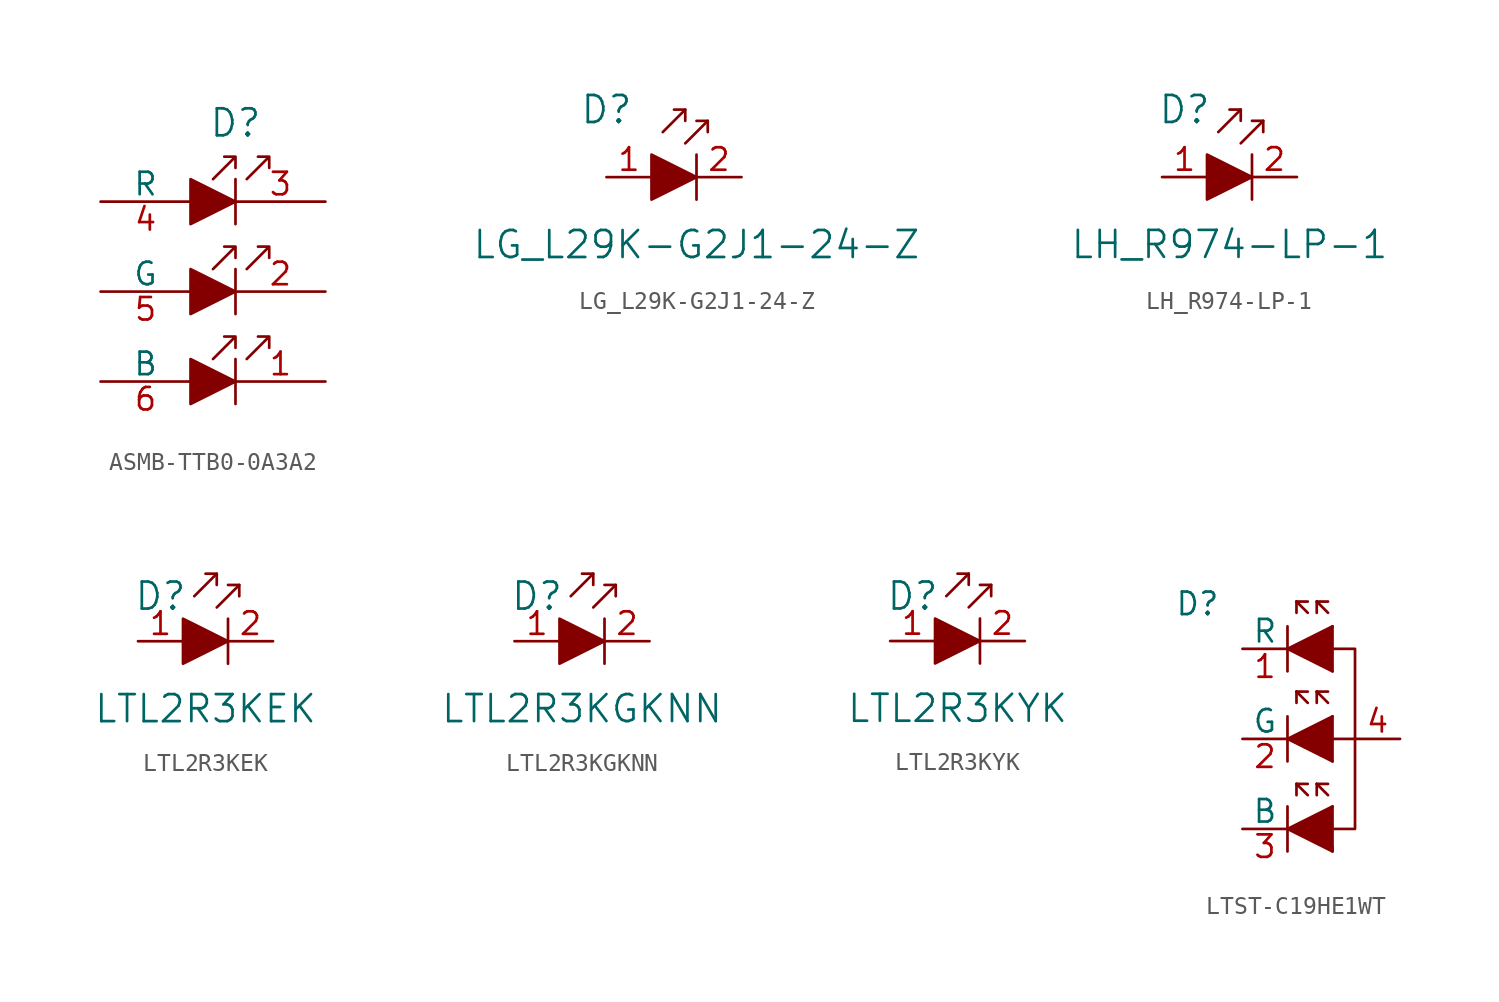
<source format=kicad_sym>
(kicad_symbol_lib
  (version 20231120)
  (generator "kicad_symbol_editor")
  (generator_version "8.0")
  (symbol "ASMB-TTB0-0A3A2"
    (pin_names
      (offset 0))
    (property "Reference" "D"
      (at 0 4.445 0)
      (effects (font (size 1.524 1.524))))
    (symbol "ASMB-TTB0-0A3A2_0_1"
      (polyline (pts (xy 0 -8.89) (xy 0 -11.43)) (stroke (width 0) (type default)) (fill (type none)))
      (polyline (pts (xy 0 -3.81) (xy 0 -6.35)) (stroke (width 0) (type default)) (fill (type none)))
      (polyline (pts (xy 0 1.27) (xy 0 -1.27)) (stroke (width 0) (type default)) (fill (type none)))
      (polyline (pts (xy -2.54 -8.89) (xy -2.54 -11.43) (xy 0 -10.16) (xy -2.54 -8.89)) (stroke (width 0) (type default)) (fill (type outline)))
      (polyline (pts (xy -2.54 -3.81) (xy -2.54 -6.35) (xy 0 -5.08) (xy -2.54 -3.81)) (stroke (width 0) (type default)) (fill (type outline)))
      (polyline (pts (xy -2.54 1.27) (xy -2.54 -1.27) (xy 0 0) (xy -2.54 1.27)) (stroke (width 0) (type default)) (fill (type outline))))
    (symbol "ASMB-TTB0-0A3A2_1_1"
      (polyline (pts (xy 0.635 -8.89) (xy 1.905 -7.62) (xy 1.27 -7.62) (xy 1.905 -7.62) (xy 1.905 -8.255)) (stroke (width 0) (type default)) (fill (type none)))
      (polyline (pts (xy 0.635 -3.81) (xy 1.905 -2.54) (xy 1.27 -2.54) (xy 1.905 -2.54) (xy 1.905 -3.175)) (stroke (width 0) (type default)) (fill (type none)))
      (polyline (pts (xy 0.635 1.27) (xy 1.905 2.54) (xy 1.27 2.54) (xy 1.905 2.54) (xy 1.905 1.905)) (stroke (width 0) (type default)) (fill (type none)))
      (polyline (pts (xy 0 -7.62) (xy 0 -8.255) (xy 0 -7.62) (xy -0.635 -7.62) (xy 0 -7.62) (xy -1.27 -8.89)) (stroke (width 0) (type default)) (fill (type none)))
      (polyline (pts (xy 0 -2.54) (xy 0 -3.175) (xy 0 -2.54) (xy -0.635 -2.54) (xy 0 -2.54) (xy -1.27 -3.81)) (stroke (width 0) (type default)) (fill (type none)))
      (polyline (pts (xy 0 2.54) (xy 0 1.905) (xy 0 2.54) (xy -0.635 2.54) (xy 0 2.54) (xy -1.27 1.27)) (stroke (width 0) (type default)) (fill (type none)))
      (pin output line (at 5.08 -10.16 180) (length 5.08) (name "~" (effects (font (size 1.27 1.27)))) (number "1" (effects (font (size 1.27 1.27)))))
      (pin output line (at 5.08 -5.08 180) (length 5.08) (name "~" (effects (font (size 1.27 1.27)))) (number "2" (effects (font (size 1.27 1.27)))))
      (pin output line (at 5.08 0 180) (length 5.08) (name "~" (effects (font (size 1.27 1.27)))) (number "3" (effects (font (size 1.27 1.27)))))
      (pin input line (at -7.62 0 0) (length 5.08) (name "R" (effects (font (size 1.27 1.27)))) (number "4" (effects (font (size 1.27 1.27)))))
      (pin input line (at -7.62 -5.08 0) (length 5.08) (name "G" (effects (font (size 1.27 1.27)))) (number "5" (effects (font (size 1.27 1.27)))))
      (pin input line (at -7.62 -10.16 0) (length 5.08) (name "B" (effects (font (size 1.27 1.27)))) (number "6" (effects (font (size 1.27 1.27)))))))
  (symbol "LG_L29K-G2J1-24-Z"
    (pin_names
      (offset 0))
    (property "Reference" "D"
      (at -5.08 3.81 0)
      (effects (font (size 1.524 1.524))))
    (property "Value" "LG_L29K-G2J1-24-Z"
      (at 0 -3.81 0)
      (effects (font (size 1.524 1.524))))
    (symbol "LG_L29K-G2J1-24-Z_0_1"
      (polyline (pts (xy -0.635 3.81) (xy -1.905 2.54)) (stroke (width 0) (type default)) (fill (type none)))
      (polyline (pts (xy 0 1.27) (xy 0 -1.27)) (stroke (width 0) (type default)) (fill (type none)))
      (polyline (pts (xy 0.635 3.175) (xy -0.635 1.905)) (stroke (width 0) (type default)) (fill (type none)))
      (polyline (pts (xy -1.27 3.81) (xy -0.635 3.81) (xy -0.635 3.175)) (stroke (width 0) (type default)) (fill (type none)))
      (polyline (pts (xy 0 3.175) (xy 0.635 3.175) (xy 0.635 2.54)) (stroke (width 0) (type default)) (fill (type none)))
      (polyline (pts (xy -2.54 1.27) (xy -2.54 -1.27) (xy 0 0) (xy -2.54 1.27)) (stroke (width 0) (type default)) (fill (type outline))))
    (symbol "LG_L29K-G2J1-24-Z_1_1"
      (pin passive line (at -5.08 0 0) (length 2.54) (name "~" (effects (font (size 1.27 1.27)))) (number "1" (effects (font (size 1.27 1.27)))))
      (pin passive line (at 2.54 0 180) (length 2.54) (name "~" (effects (font (size 1.27 1.27)))) (number "2" (effects (font (size 1.27 1.27)))))))
  (symbol "LH_R974-LP-1"
    (pin_names
      (offset 0))
    (property "Reference" "D"
      (at -3.81 3.81 0)
      (effects (font (size 1.524 1.524))))
    (property "Value" "LH_R974-LP-1"
      (at -1.27 -3.81 0)
      (effects (font (size 1.524 1.524))))
    (symbol "LH_R974-LP-1_0_1"
      (polyline (pts (xy -0.635 3.81) (xy -1.905 2.54)) (stroke (width 0) (type default)) (fill (type none)))
      (polyline (pts (xy 0 1.27) (xy 0 -1.27)) (stroke (width 0) (type default)) (fill (type none)))
      (polyline (pts (xy 0.635 3.175) (xy -0.635 1.905)) (stroke (width 0) (type default)) (fill (type none)))
      (polyline (pts (xy -1.27 3.81) (xy -0.635 3.81) (xy -0.635 3.175)) (stroke (width 0) (type default)) (fill (type none)))
      (polyline (pts (xy 0 3.175) (xy 0.635 3.175) (xy 0.635 2.54)) (stroke (width 0) (type default)) (fill (type none)))
      (polyline (pts (xy -2.54 1.27) (xy -2.54 -1.27) (xy 0 0) (xy -2.54 1.27)) (stroke (width 0) (type default)) (fill (type outline))))
    (symbol "LH_R974-LP-1_1_1"
      (pin passive line (at -5.08 0 0) (length 2.54) (name "~" (effects (font (size 1.27 1.27)))) (number "1" (effects (font (size 1.27 1.27)))))
      (pin passive line (at 2.54 0 180) (length 2.54) (name "~" (effects (font (size 1.27 1.27)))) (number "2" (effects (font (size 1.27 1.27)))))))
  (symbol "LTL2R3KEK"
    (pin_names
      (offset 0))
    (property "Reference" "D"
      (at -3.81 2.54 0)
      (effects (font (size 1.524 1.524))))
    (property "Value" "LTL2R3KEK"
      (at -1.27 -3.81 0)
      (effects (font (size 1.524 1.524))))
    (symbol "LTL2R3KEK_0_1"
      (polyline (pts (xy -0.635 3.81) (xy -1.905 2.54)) (stroke (width 0) (type default)) (fill (type none)))
      (polyline (pts (xy 0 1.27) (xy 0 -1.27)) (stroke (width 0) (type default)) (fill (type none)))
      (polyline (pts (xy 0.635 3.175) (xy -0.635 1.905)) (stroke (width 0) (type default)) (fill (type none)))
      (polyline (pts (xy -1.27 3.81) (xy -0.635 3.81) (xy -0.635 3.175)) (stroke (width 0) (type default)) (fill (type none)))
      (polyline (pts (xy 0 3.175) (xy 0.635 3.175) (xy 0.635 2.54)) (stroke (width 0) (type default)) (fill (type none)))
      (polyline (pts (xy -2.54 1.27) (xy -2.54 -1.27) (xy 0 0) (xy -2.54 1.27)) (stroke (width 0) (type default)) (fill (type outline))))
    (symbol "LTL2R3KEK_1_1"
      (pin passive line (at -5.08 0 0) (length 2.54) (name "~" (effects (font (size 1.27 1.27)))) (number "1" (effects (font (size 1.27 1.27)))))
      (pin passive line (at 2.54 0 180) (length 2.54) (name "~" (effects (font (size 1.27 1.27)))) (number "2" (effects (font (size 1.27 1.27)))))))
  (symbol "LTL2R3KGKNN"
    (pin_names
      (offset 0))
    (property "Reference" "D"
      (at -3.81 2.54 0)
      (effects (font (size 1.524 1.524))))
    (property "Value" "LTL2R3KGKNN"
      (at -1.27 -3.81 0)
      (effects (font (size 1.524 1.524))))
    (symbol "LTL2R3KGKNN_0_1"
      (polyline (pts (xy -0.635 3.81) (xy -1.905 2.54)) (stroke (width 0) (type default)) (fill (type none)))
      (polyline (pts (xy 0 1.27) (xy 0 -1.27)) (stroke (width 0) (type default)) (fill (type none)))
      (polyline (pts (xy 0.635 3.175) (xy -0.635 1.905)) (stroke (width 0) (type default)) (fill (type none)))
      (polyline (pts (xy -1.27 3.81) (xy -0.635 3.81) (xy -0.635 3.175)) (stroke (width 0) (type default)) (fill (type none)))
      (polyline (pts (xy 0 3.175) (xy 0.635 3.175) (xy 0.635 2.54)) (stroke (width 0) (type default)) (fill (type none)))
      (polyline (pts (xy -2.54 1.27) (xy -2.54 -1.27) (xy 0 0) (xy -2.54 1.27)) (stroke (width 0) (type default)) (fill (type outline))))
    (symbol "LTL2R3KGKNN_1_1"
      (pin passive line (at -5.08 0 0) (length 2.54) (name "~" (effects (font (size 1.27 1.27)))) (number "1" (effects (font (size 1.27 1.27)))))
      (pin passive line (at 2.54 0 180) (length 2.54) (name "~" (effects (font (size 1.27 1.27)))) (number "2" (effects (font (size 1.27 1.27)))))))
  (symbol "LTL2R3KYK"
    (pin_names
      (offset 0))
    (property "Reference" "D"
      (at -3.81 2.54 0)
      (effects (font (size 1.524 1.524))))
    (property "Value" "LTL2R3KYK"
      (at -1.27 -3.81 0)
      (effects (font (size 1.524 1.524))))
    (symbol "LTL2R3KYK_0_1"
      (polyline (pts (xy -0.635 3.81) (xy -1.905 2.54)) (stroke (width 0) (type default)) (fill (type none)))
      (polyline (pts (xy 0 1.27) (xy 0 -1.27)) (stroke (width 0) (type default)) (fill (type none)))
      (polyline (pts (xy 0.635 3.175) (xy -0.635 1.905)) (stroke (width 0) (type default)) (fill (type none)))
      (polyline (pts (xy -1.27 3.81) (xy -0.635 3.81) (xy -0.635 3.175)) (stroke (width 0) (type default)) (fill (type none)))
      (polyline (pts (xy 0 3.175) (xy 0.635 3.175) (xy 0.635 2.54)) (stroke (width 0) (type default)) (fill (type none)))
      (polyline (pts (xy -2.54 1.27) (xy -2.54 -1.27) (xy 0 0) (xy -2.54 1.27)) (stroke (width 0) (type default)) (fill (type outline))))
    (symbol "LTL2R3KYK_1_1"
      (pin passive line (at -5.08 0 0) (length 2.54) (name "~" (effects (font (size 1.27 1.27)))) (number "1" (effects (font (size 1.27 1.27)))))
      (pin passive line (at 2.54 0 180) (length 2.54) (name "~" (effects (font (size 1.27 1.27)))) (number "2" (effects (font (size 1.27 1.27)))))))
  (symbol "LTST-C19HE1WT"
    (pin_names
      (offset 0))
    (property "Reference" "D"
      (at -7.62 7.62 0)
      (effects (font (size 1.27 1.27))))
    (symbol "LTST-C19HE1WT_0_1"
      (polyline (pts (xy -2.54 -6.35) (xy -2.54 -3.81)) (stroke (width 0) (type default)) (fill (type none)))
      (polyline (pts (xy -2.54 -1.27) (xy -2.54 1.27)) (stroke (width 0) (type default)) (fill (type none)))
      (polyline (pts (xy -2.54 3.81) (xy -2.54 6.35)) (stroke (width 0) (type default)) (fill (type none)))
      (polyline (pts (xy 0 -3.81) (xy 0 -6.35)) (stroke (width 0) (type default)) (fill (type none)))
      (polyline (pts (xy 0 0) (xy 1.27 0)) (stroke (width 0) (type default)) (fill (type none)))
      (polyline (pts (xy 0 1.27) (xy 0 -1.27)) (stroke (width 0) (type default)) (fill (type none)))
      (polyline (pts (xy 0 6.35) (xy 0 3.81)) (stroke (width 0) (type default)) (fill (type none)))
      (polyline (pts (xy 0 1.27) (xy -2.54 0) (xy 0 -1.27)) (stroke (width 0) (type default)) (fill (type outline)))
      (polyline (pts (xy 0 6.35) (xy -2.54 5.08) (xy 0 3.81)) (stroke (width 0) (type default)) (fill (type outline)))
      (polyline (pts (xy 0 -3.81) (xy -2.54 -5.08) (xy 0 -6.35) (xy 0 -6.096)) (stroke (width 0) (type default)) (fill (type outline)))
      (polyline (pts (xy 0 5.08) (xy 1.27 5.08) (xy 1.27 -5.08) (xy 0 -5.08)) (stroke (width 0) (type default)) (fill (type none))))
    (symbol "LTST-C19HE1WT_1_1"
      (polyline (pts (xy -2.032 -2.54) (xy -2.032 -3.175)) (stroke (width 0) (type default)) (fill (type none)))
      (polyline (pts (xy -2.032 -2.54) (xy -1.397 -3.175)) (stroke (width 0) (type default)) (fill (type none)))
      (polyline (pts (xy -2.032 -2.54) (xy -1.397 -2.54)) (stroke (width 0) (type default)) (fill (type none)))
      (polyline (pts (xy -2.032 2.667) (xy -2.032 2.032)) (stroke (width 0) (type default)) (fill (type none)))
      (polyline (pts (xy -2.032 2.667) (xy -1.397 2.032)) (stroke (width 0) (type default)) (fill (type none)))
      (polyline (pts (xy -2.032 2.667) (xy -1.397 2.667)) (stroke (width 0) (type default)) (fill (type none)))
      (polyline (pts (xy -2.032 7.747) (xy -2.032 7.112)) (stroke (width 0) (type default)) (fill (type none)))
      (polyline (pts (xy -2.032 7.747) (xy -1.397 7.112)) (stroke (width 0) (type default)) (fill (type none)))
      (polyline (pts (xy -2.032 7.747) (xy -1.397 7.747)) (stroke (width 0) (type default)) (fill (type none)))
      (polyline (pts (xy -0.889 -2.54) (xy -0.889 -3.175)) (stroke (width 0) (type default)) (fill (type none)))
      (polyline (pts (xy -0.889 -2.54) (xy -0.254 -3.175)) (stroke (width 0) (type default)) (fill (type none)))
      (polyline (pts (xy -0.889 -2.54) (xy -0.254 -2.54)) (stroke (width 0) (type default)) (fill (type none)))
      (polyline (pts (xy -0.889 2.667) (xy -0.889 2.032)) (stroke (width 0) (type default)) (fill (type none)))
      (polyline (pts (xy -0.889 2.667) (xy -0.254 2.032)) (stroke (width 0) (type default)) (fill (type none)))
      (polyline (pts (xy -0.889 2.667) (xy -0.254 2.667)) (stroke (width 0) (type default)) (fill (type none)))
      (polyline (pts (xy -0.889 7.747) (xy -0.889 7.112)) (stroke (width 0) (type default)) (fill (type none)))
      (polyline (pts (xy -0.889 7.747) (xy -0.254 7.112)) (stroke (width 0) (type default)) (fill (type none)))
      (polyline (pts (xy -0.889 7.747) (xy -0.254 7.747)) (stroke (width 0) (type default)) (fill (type none)))
      (pin passive line (at -5.08 5.08 0) (length 2.54) (name "R" (effects (font (size 1.27 1.27)))) (number "1" (effects (font (size 1.27 1.27)))))
      (pin passive line (at -5.08 0 0) (length 2.54) (name "G" (effects (font (size 1.27 1.27)))) (number "2" (effects (font (size 1.27 1.27)))))
      (pin passive line (at -5.08 -5.08 0) (length 2.54) (name "B" (effects (font (size 1.27 1.27)))) (number "3" (effects (font (size 1.27 1.27)))))
      (pin passive line (at 3.81 0 180) (length 2.54) (name "~" (effects (font (size 1.27 1.27)))) (number "4" (effects (font (size 1.27 1.27))))))))
</source>
